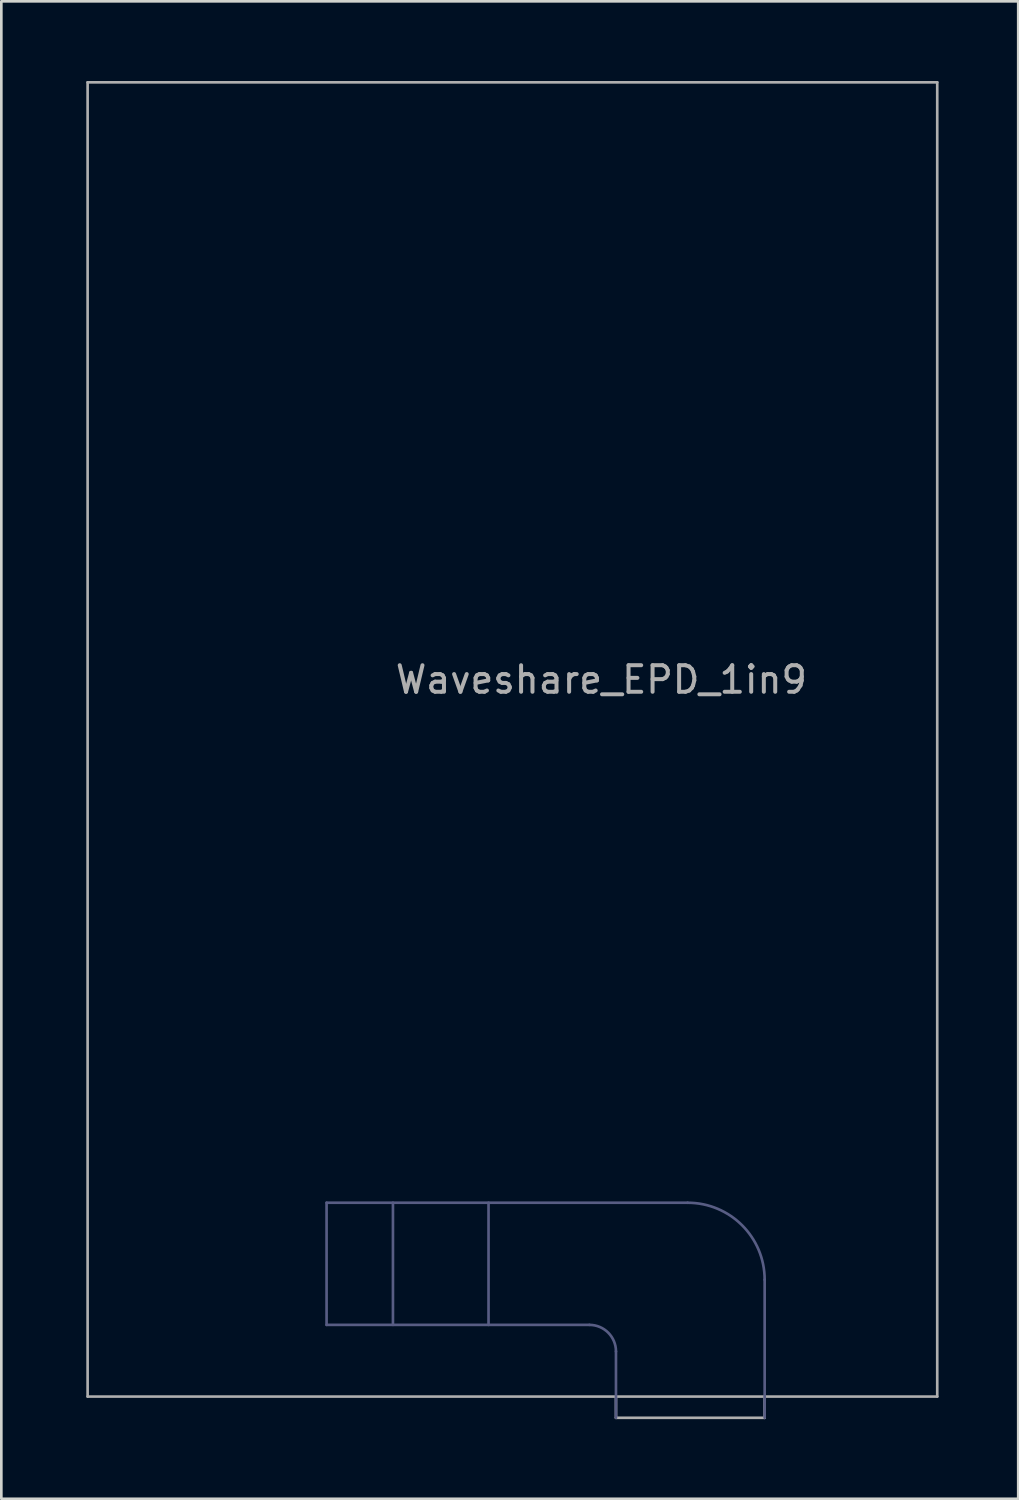
<source format=kicad_pcb>
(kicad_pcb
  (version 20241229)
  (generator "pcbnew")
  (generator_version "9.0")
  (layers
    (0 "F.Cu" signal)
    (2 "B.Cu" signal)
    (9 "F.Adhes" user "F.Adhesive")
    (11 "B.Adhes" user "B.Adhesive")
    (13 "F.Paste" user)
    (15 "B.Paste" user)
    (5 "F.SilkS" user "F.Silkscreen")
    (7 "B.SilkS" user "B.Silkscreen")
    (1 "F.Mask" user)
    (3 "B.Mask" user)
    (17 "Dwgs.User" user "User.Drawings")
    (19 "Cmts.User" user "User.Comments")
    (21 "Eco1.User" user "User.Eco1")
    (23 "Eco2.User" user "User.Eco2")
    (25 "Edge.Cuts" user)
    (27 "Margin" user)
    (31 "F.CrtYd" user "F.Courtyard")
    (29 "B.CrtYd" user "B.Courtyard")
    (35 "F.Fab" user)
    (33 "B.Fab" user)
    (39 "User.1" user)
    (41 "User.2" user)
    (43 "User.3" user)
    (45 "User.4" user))
  (footprint "Waveshare_EPD_1in9"
    (layer "F.Cu")
    (at 0.25 49.55)
    (property "Reference" "Waveshare_EPD_1in9" (at 19.35 -27 0) (unlocked yes) (layer "F.Fab") (effects (font (size 1 1) (thickness 0.15))))
    (fp_line (start 9 -7.3) (end 22.6 -7.3) (stroke (width 0.1) (type solid)) (layer "B.Fab"))
    (fp_line (start 9 -2.7) (end 9 -7.3) (stroke (width 0.1) (type solid)) (layer "B.Fab"))
    (fp_line (start 11.5 -7.3) (end 11.5 -2.7) (stroke (width 0.1) (type solid)) (layer "B.Fab"))
    (fp_line (start 15.1 -7.3) (end 15.1 -2.7) (stroke (width 0.1) (type solid)) (layer "B.Fab"))
    (fp_line (start 18.9 -2.7) (end 9 -2.7) (stroke (width 0.1) (type solid)) (layer "B.Fab"))
    (fp_line (start 19.9 0.8) (end 19.9 -1.7) (stroke (width 0.1) (type solid)) (layer "B.Fab"))
    (fp_line (start 25.5 0.8) (end 25.5 -4.4) (stroke (width 0.1) (type solid)) (layer "B.Fab"))
    (fp_arc (start 18.9 -2.7) (mid 19.607107 -2.407107) (end 19.9 -1.7) (stroke (width 0.1) (type solid)) (layer "B.Fab"))
    (fp_arc (start 22.6 -7.3) (mid 24.65061 -6.45061) (end 25.5 -4.4) (stroke (width 0.1) (type solid)) (layer "B.Fab"))
    (fp_line (start 0 -49.5) (end 0 0) (stroke (width 0.1) (type solid)) (layer "F.Fab"))
    (fp_line (start 0 0) (end 32 0) (stroke (width 0.1) (type solid)) (layer "F.Fab"))
    (fp_line (start 19.9 0) (end 19.9 0.8) (stroke (width 0.1) (type solid)) (layer "F.Fab"))
    (fp_line (start 19.9 0.8) (end 25.5 0.8) (stroke (width 0.1) (type solid)) (layer "F.Fab"))
    (fp_line (start 25.5 0.8) (end 25.5 0) (stroke (width 0.1) (type solid)) (layer "F.Fab"))
    (fp_line (start 32 -49.5) (end 0 -49.5) (stroke (width 0.1) (type solid)) (layer "F.Fab"))
    (fp_line (start 32 0) (end 32 -49.5) (stroke (width 0.1) (type solid)) (layer "F.Fab")))
  (gr_rect
    (start -3 -3)
    (end 35.3 53.4)
    (stroke (width 0.1) (type default))
    (fill no)
    (layer "Edge.Cuts")))
</source>
